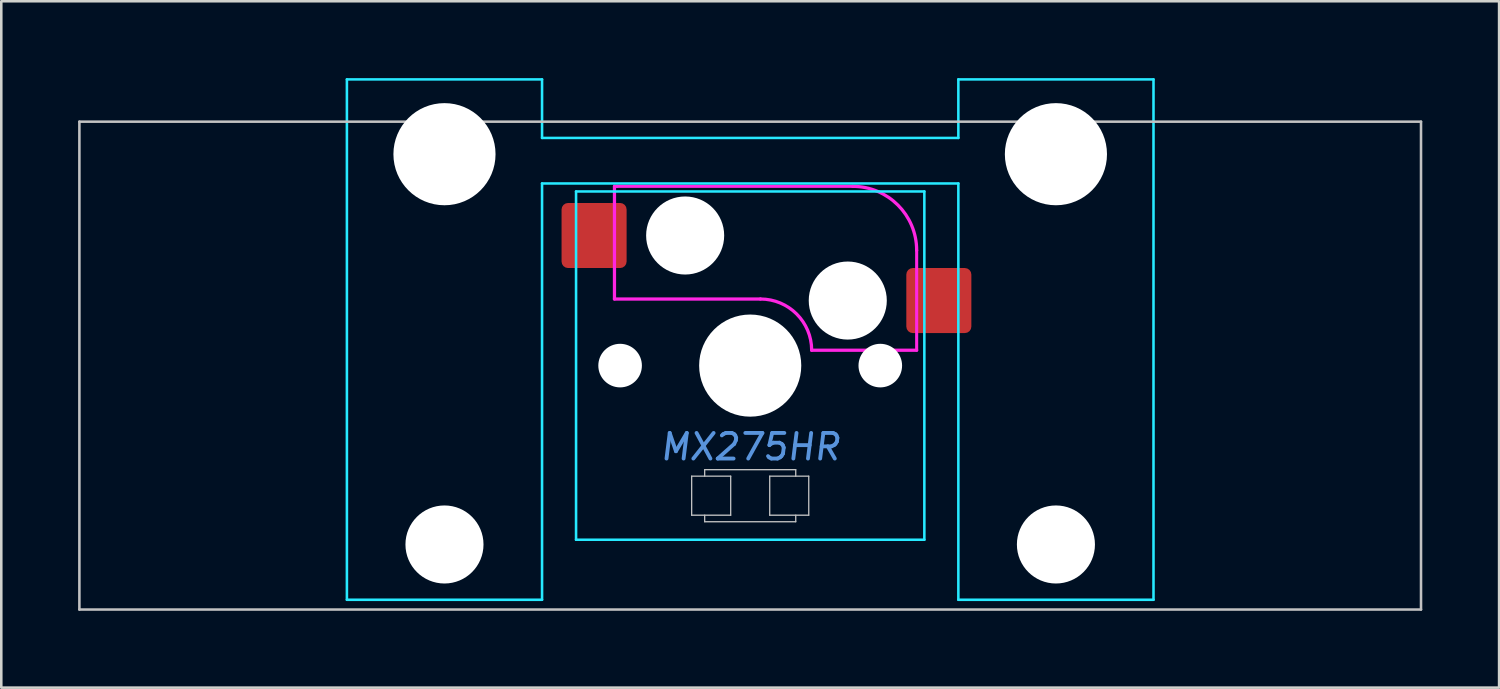
<source format=kicad_pcb>
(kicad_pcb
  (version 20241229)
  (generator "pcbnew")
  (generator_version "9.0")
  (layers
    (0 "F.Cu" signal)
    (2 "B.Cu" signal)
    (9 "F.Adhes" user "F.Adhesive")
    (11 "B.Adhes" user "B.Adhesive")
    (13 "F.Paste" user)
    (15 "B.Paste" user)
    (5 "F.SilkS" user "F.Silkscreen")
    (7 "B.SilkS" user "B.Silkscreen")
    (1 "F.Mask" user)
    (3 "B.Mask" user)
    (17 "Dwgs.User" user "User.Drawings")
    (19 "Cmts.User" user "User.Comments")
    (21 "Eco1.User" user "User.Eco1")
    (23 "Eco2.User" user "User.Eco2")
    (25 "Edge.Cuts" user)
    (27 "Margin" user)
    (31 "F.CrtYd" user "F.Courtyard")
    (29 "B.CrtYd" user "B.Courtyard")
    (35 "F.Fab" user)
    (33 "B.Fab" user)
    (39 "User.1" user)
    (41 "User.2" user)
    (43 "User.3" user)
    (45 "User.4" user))
  (footprint "MX275HR"
    (layer "F.Cu")
    (at 26.244 11.226)
    (property "Reference" "MX275HR" (at 0 3.175 0) (layer "Cmts.User") (effects (font (size 1 1) (thickness 0.15) (italic yes))))
    (attr smd)
    (fp_line (start -26.194 -9.525) (end -26.194 9.525) (stroke (width 0.1) (type solid)) (layer "Dwgs.User"))
    (fp_line (start -26.194 -9.525) (end 26.194 -9.525) (stroke (width 0.1) (type solid)) (layer "Dwgs.User"))
    (fp_line (start -26.194 9.525) (end 26.194 9.525) (stroke (width 0.1) (type solid)) (layer "Dwgs.User"))
    (fp_line (start -2.286 4.318) (end -0.762 4.318) (stroke (width 0.051) (type solid)) (layer "Dwgs.User"))
    (fp_line (start -2.286 5.842) (end -2.286 4.318) (stroke (width 0.051) (type solid)) (layer "Dwgs.User"))
    (fp_line (start -1.778 4.064) (end 1.778 4.064) (stroke (width 0.051) (type solid)) (layer "Dwgs.User"))
    (fp_line (start -1.778 4.318) (end -1.778 4.064) (stroke (width 0.051) (type solid)) (layer "Dwgs.User"))
    (fp_line (start -1.778 6.096) (end -1.778 5.842) (stroke (width 0.051) (type solid)) (layer "Dwgs.User"))
    (fp_line (start -0.762 4.318) (end -0.762 5.842) (stroke (width 0.051) (type solid)) (layer "Dwgs.User"))
    (fp_line (start -0.762 5.842) (end -2.286 5.842) (stroke (width 0.051) (type solid)) (layer "Dwgs.User"))
    (fp_line (start 0.762 4.318) (end 2.286 4.318) (stroke (width 0.051) (type solid)) (layer "Dwgs.User"))
    (fp_line (start 0.762 5.842) (end 0.762 4.318) (stroke (width 0.051) (type solid)) (layer "Dwgs.User"))
    (fp_line (start 1.778 4.064) (end 1.778 4.318) (stroke (width 0.051) (type solid)) (layer "Dwgs.User"))
    (fp_line (start 1.778 5.842) (end 1.778 6.096) (stroke (width 0.051) (type solid)) (layer "Dwgs.User"))
    (fp_line (start 1.778 6.096) (end -1.778 6.096) (stroke (width 0.051) (type solid)) (layer "Dwgs.User"))
    (fp_line (start 2.286 4.318) (end 2.286 5.842) (stroke (width 0.051) (type solid)) (layer "Dwgs.User"))
    (fp_line (start 2.286 5.842) (end 0.762 5.842) (stroke (width 0.051) (type solid)) (layer "Dwgs.User"))
    (fp_line (start 26.194 -9.525) (end 26.194 9.525) (stroke (width 0.1) (type solid)) (layer "Dwgs.User"))
    (fp_line (start -15.438 -8.515) (end -15.438 5.485) (stroke (width 0.1) (type solid)) (layer "Eco1.User"))
    (fp_line (start -14.938 -9.015) (end -8.938 -9.015) (stroke (width 0.1) (type solid)) (layer "Eco1.User"))
    (fp_line (start -8.938 5.985) (end -14.938 5.985) (stroke (width 0.1) (type solid)) (layer "Eco1.User"))
    (fp_line (start -8.438 5.485) (end -8.438 -8.515) (stroke (width 0.1) (type solid)) (layer "Eco1.User"))
    (fp_line (start -7 -6.5) (end -7 6.5) (stroke (width 0.1) (type solid)) (layer "Eco1.User"))
    (fp_line (start -6.5 7) (end 6.5 7) (stroke (width 0.1) (type solid)) (layer "Eco1.User"))
    (fp_line (start 6.5 -7) (end -6.5 -7) (stroke (width 0.1) (type solid)) (layer "Eco1.User"))
    (fp_line (start 7 6.5) (end 7 -6.5) (stroke (width 0.1) (type solid)) (layer "Eco1.User"))
    (fp_line (start 8.438 -8.515) (end 8.438 5.485) (stroke (width 0.1) (type solid)) (layer "Eco1.User"))
    (fp_line (start 8.938 -9.015) (end 14.938 -9.015) (stroke (width 0.1) (type solid)) (layer "Eco1.User"))
    (fp_line (start 14.938 5.985) (end 8.938 5.985) (stroke (width 0.1) (type solid)) (layer "Eco1.User"))
    (fp_line (start 15.438 5.485) (end 15.438 -8.515) (stroke (width 0.1) (type solid)) (layer "Eco1.User"))
    (fp_arc (start -15.438 -8.515) (mid -15.291553 -8.868553) (end -14.938 -9.015) (stroke (width 0.1) (type solid)) (layer "Eco1.User"))
    (fp_arc (start -14.938 5.985) (mid -15.291553 5.838553) (end -15.438 5.485) (stroke (width 0.1) (type solid)) (layer "Eco1.User"))
    (fp_arc (start -8.938 -9.015) (mid -8.584447 -8.868553) (end -8.438 -8.515) (stroke (width 0.1) (type solid)) (layer "Eco1.User"))
    (fp_arc (start -8.438 5.485) (mid -8.584447 5.838553) (end -8.938 5.985) (stroke (width 0.1) (type solid)) (layer "Eco1.User"))
    (fp_arc (start -7 -6.5) (mid -6.853553 -6.853553) (end -6.5 -7) (stroke (width 0.1) (type solid)) (layer "Eco1.User"))
    (fp_arc (start -6.5 7) (mid -6.853553 6.853553) (end -7 6.5) (stroke (width 0.1) (type solid)) (layer "Eco1.User"))
    (fp_arc (start 6.5 -7) (mid 6.853553 -6.853553) (end 7 -6.5) (stroke (width 0.1) (type solid)) (layer "Eco1.User"))
    (fp_arc (start 7 6.5) (mid 6.853553 6.853553) (end 6.5 7) (stroke (width 0.1) (type solid)) (layer "Eco1.User"))
    (fp_arc (start 8.438 -8.515) (mid 8.584447 -8.868553) (end 8.938 -9.015) (stroke (width 0.1) (type solid)) (layer "Eco1.User"))
    (fp_arc (start 8.938 5.985) (mid 8.584447 5.838553) (end 8.438 5.485) (stroke (width 0.1) (type solid)) (layer "Eco1.User"))
    (fp_arc (start 14.938 -9.015) (mid 15.291553 -8.868553) (end 15.438 -8.515) (stroke (width 0.1) (type solid)) (layer "Eco1.User"))
    (fp_arc (start 15.438 5.485) (mid 15.291553 5.838553) (end 14.938 5.985) (stroke (width 0.1) (type solid)) (layer "Eco1.User"))
    (fp_line (start -15.748 -11.176) (end -15.748 9.144) (stroke (width 0.1) (type solid)) (layer "B.CrtYd"))
    (fp_line (start -15.748 -11.176) (end -8.128 -11.176) (stroke (width 0.1) (type solid)) (layer "B.CrtYd"))
    (fp_line (start -8.128 -8.89) (end -8.128 -11.176) (stroke (width 0.1) (type solid)) (layer "B.CrtYd"))
    (fp_line (start -8.128 -7.112) (end -8.128 9.142) (stroke (width 0.1) (type solid)) (layer "B.CrtYd"))
    (fp_line (start -8.128 9.144) (end -15.748 9.144) (stroke (width 0.1) (type solid)) (layer "B.CrtYd"))
    (fp_line (start -6.8 -6.8) (end -6.8 6.8) (stroke (width 0.1) (type solid)) (layer "B.CrtYd"))
    (fp_line (start 6.8 -6.8) (end -6.8 -6.8) (stroke (width 0.1) (type solid)) (layer "B.CrtYd"))
    (fp_line (start 6.8 -6.8) (end 6.8 6.8) (stroke (width 0.1) (type solid)) (layer "B.CrtYd"))
    (fp_line (start 6.8 6.8) (end -6.8 6.8) (stroke (width 0.1) (type solid)) (layer "B.CrtYd"))
    (fp_line (start 8.128 -8.89) (end -8.128 -8.89) (stroke (width 0.1) (type solid)) (layer "B.CrtYd"))
    (fp_line (start 8.128 -8.89) (end 8.128 -11.176) (stroke (width 0.1) (type solid)) (layer "B.CrtYd"))
    (fp_line (start 8.128 -7.112) (end -8.128 -7.112) (stroke (width 0.1) (type solid)) (layer "B.CrtYd"))
    (fp_line (start 8.128 -7.112) (end 8.128 9.144) (stroke (width 0.1) (type solid)) (layer "B.CrtYd"))
    (fp_line (start 8.128 9.144) (end 15.748 9.144) (stroke (width 0.1) (type solid)) (layer "B.CrtYd"))
    (fp_line (start 15.748 -11.176) (end 8.128 -11.176) (stroke (width 0.1) (type solid)) (layer "B.CrtYd"))
    (fp_line (start 15.748 9.144) (end 15.748 -11.176) (stroke (width 0.1) (type solid)) (layer "B.CrtYd"))
    (fp_line (start -5.3 -7) (end -5.3 -2.6) (stroke (width 0.127) (type solid)) (layer "F.CrtYd"))
    (fp_line (start -5.2 -7) (end -5.3 -7) (stroke (width 0.12) (type solid)) (layer "F.CrtYd"))
    (fp_line (start 0.4 -2.6) (end -5.3 -2.6) (stroke (width 0.127) (type solid)) (layer "F.CrtYd"))
    (fp_line (start 4 -7) (end -5.2 -7) (stroke (width 0.12) (type solid)) (layer "F.CrtYd"))
    (fp_line (start 6.5 -4.5) (end 6.5 -0.6) (stroke (width 0.12) (type solid)) (layer "F.CrtYd"))
    (fp_line (start 6.5 -0.6) (end 2.4 -0.6) (stroke (width 0.127) (type solid)) (layer "F.CrtYd"))
    (fp_arc (start 0.4 -2.6) (mid 1.814214 -2.014214) (end 2.4 -0.6) (stroke (width 0.127) (type solid)) (layer "F.CrtYd"))
    (fp_arc (start 4 -7) (mid 5.767767 -6.267767) (end 6.5 -4.5) (stroke (width 0.127) (type solid)) (layer "F.CrtYd"))
    (pad "" np_thru_hole circle (at -11.938 -8.255 180) (size 3.988 3.988) (drill 3.988) (layers "*.Cu" "*.Mask"))
    (pad "" np_thru_hole circle (at -11.938 6.985 180) (size 3.048 3.048) (drill 3.048) (layers "*.Cu" "*.Mask"))
    (pad "" np_thru_hole circle (at -5.08 0) (size 1.702 1.702) (drill 1.702) (layers "*.Cu" "*.Mask"))
    (pad "" np_thru_hole circle (at -2.54 -5.08) (size 3.048 3.048) (drill 3.048) (layers "*.Cu" "*.Mask"))
    (pad "" np_thru_hole circle (at 0 0) (size 3.988 3.988) (drill 3.988) (layers "*.Cu" "*.Mask"))
    (pad "" np_thru_hole circle (at 3.81 -2.54) (size 3.048 3.048) (drill 3.048) (layers "*.Cu" "*.Mask"))
    (pad "" np_thru_hole circle (at 5.08 0) (size 1.702 1.702) (drill 1.702) (layers "*.Cu" "*.Mask"))
    (pad "" np_thru_hole circle (at 11.938 -8.255 180) (size 3.988 3.988) (drill 3.988) (layers "*.Cu" "*.Mask"))
    (pad "" np_thru_hole circle (at 11.938 6.985 180) (size 3.048 3.048) (drill 3.048) (layers "*.Cu" "*.Mask"))
    (pad "1" smd roundrect (at -6.096 -5.08) (size 2.54 2.54) (layers "F.Cu" "F.Mask") (roundrect_rratio 0.1))
    (pad "2" smd roundrect (at 7.366 -2.54) (size 2.54 2.54) (layers "F.Cu" "F.Mask" "F.Paste") (roundrect_rratio 0.1)))
  (gr_rect
    (start -3 -3)
    (end 55.487 23.801)
    (stroke (width 0.1) (type default))
    (fill no)
    (layer "Edge.Cuts")))
</source>
